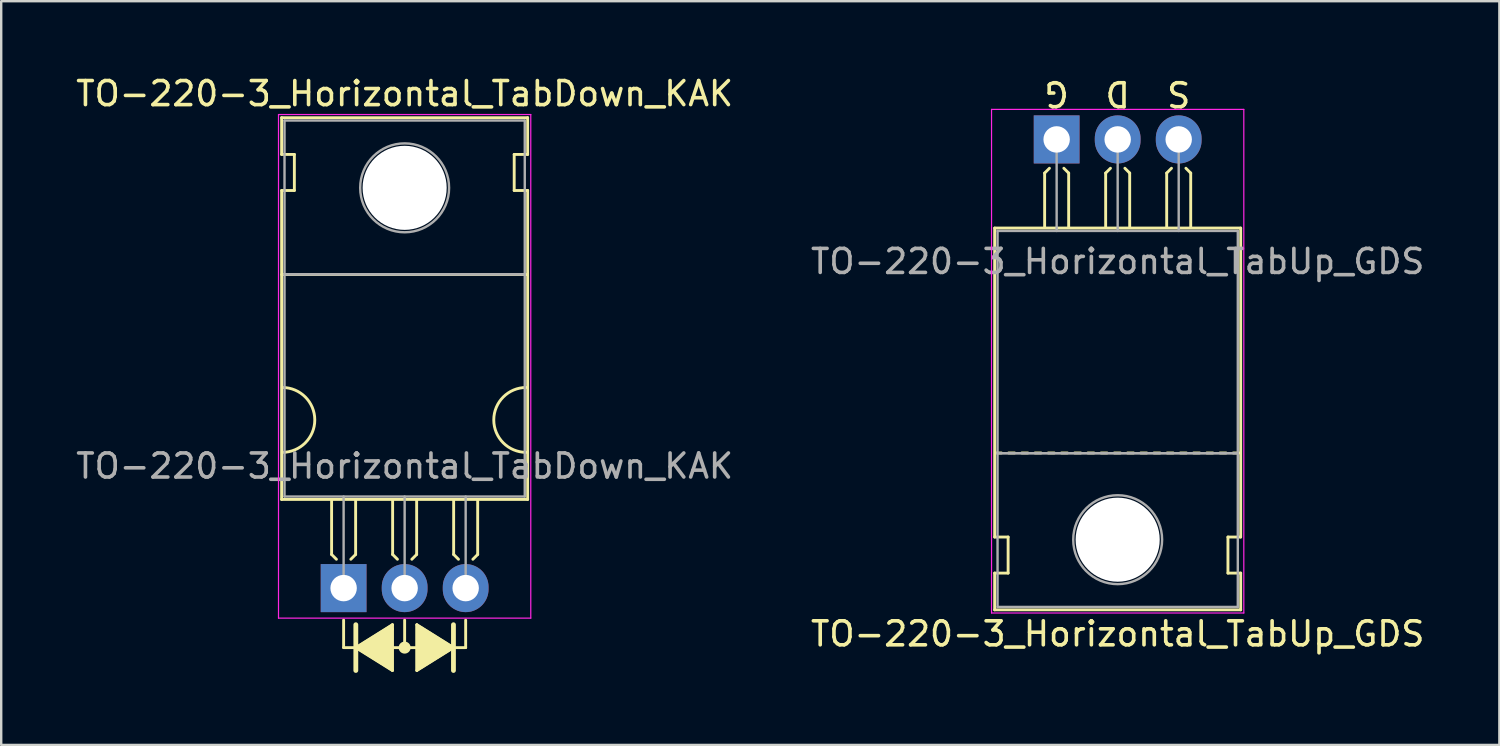
<source format=kicad_pcb>
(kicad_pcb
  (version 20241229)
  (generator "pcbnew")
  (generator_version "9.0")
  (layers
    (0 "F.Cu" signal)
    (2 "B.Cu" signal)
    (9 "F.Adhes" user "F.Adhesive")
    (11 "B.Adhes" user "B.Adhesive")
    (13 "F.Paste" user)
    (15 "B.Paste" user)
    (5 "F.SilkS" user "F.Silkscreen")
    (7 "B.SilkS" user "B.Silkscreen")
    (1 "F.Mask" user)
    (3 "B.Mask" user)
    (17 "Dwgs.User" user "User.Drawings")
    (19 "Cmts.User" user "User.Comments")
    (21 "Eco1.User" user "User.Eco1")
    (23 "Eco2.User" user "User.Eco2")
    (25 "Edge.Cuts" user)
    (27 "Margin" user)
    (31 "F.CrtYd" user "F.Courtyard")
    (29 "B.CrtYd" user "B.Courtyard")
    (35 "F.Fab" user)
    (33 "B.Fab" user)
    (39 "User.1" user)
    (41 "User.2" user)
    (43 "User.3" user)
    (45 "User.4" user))
  (footprint "TO-220-3_Horizontal_TabDown_KAK"
    (layer "F.Cu")
    (at 11.252 21.428)
    (property "Reference" "TO-220-3_Horizontal_TabDown_KAK" (at 2.54 -20.58 0) (layer "F.SilkS") (effects (font (size 1 1) (thickness 0.15))))
    (attr through_hole)
    (fp_line (start -2.58 -19.58) (end -2.58 -18.05) (stroke (width 0.12) (type solid)) (layer "F.SilkS"))
    (fp_line (start -2.58 -19.58) (end 7.66 -19.58) (stroke (width 0.12) (type solid)) (layer "F.SilkS"))
    (fp_line (start -2.58 -18.05) (end -2.05 -18.05) (stroke (width 0.12) (type solid)) (layer "F.SilkS"))
    (fp_line (start -2.58 -16.55) (end -2.58 -3.69) (stroke (width 0.12) (type solid)) (layer "F.SilkS"))
    (fp_line (start -2.58 -3.69) (end 7.66 -3.69) (stroke (width 0.12) (type solid)) (layer "F.SilkS"))
    (fp_line (start -2.575 -13.05) (end 7.65 -13.05) (stroke (width 0.12) (type solid)) (layer "F.SilkS"))
    (fp_line (start -2.05 -18.05) (end -2.05 -16.55) (stroke (width 0.12) (type solid)) (layer "F.SilkS"))
    (fp_line (start -2.05 -16.55) (end -2.575 -16.55) (stroke (width 0.12) (type solid)) (layer "F.SilkS"))
    (fp_line (start -0.5 -3.65) (end -0.5 -1.4) (stroke (width 0.12) (type solid)) (layer "F.SilkS"))
    (fp_line (start -0.5 -1.4) (end -0.3 -1.2) (stroke (width 0.12) (type solid)) (layer "F.SilkS"))
    (fp_line (start 0 1.333) (end 0 2.477) (stroke (width 0.12) (type solid)) (layer "F.SilkS"))
    (fp_line (start 0 2.477) (end 0.508 2.477) (stroke (width 0.12) (type solid)) (layer "F.SilkS"))
    (fp_line (start 0.5 -3.65) (end 0.5 -1.4) (stroke (width 0.12) (type solid)) (layer "F.SilkS"))
    (fp_line (start 0.5 -1.4) (end 0.3 -1.2) (stroke (width 0.12) (type solid)) (layer "F.SilkS"))
    (fp_line (start 0.508 1.524) (end 0.508 3.429) (stroke (width 0.2) (type solid)) (layer "F.SilkS"))
    (fp_line (start 0.508 2.477) (end 2.032 1.524) (stroke (width 0.12) (type solid)) (layer "F.SilkS"))
    (fp_line (start 0.508 2.477) (end 2.032 3.429) (stroke (width 0.12) (type solid)) (layer "F.SilkS"))
    (fp_line (start 2.032 1.714) (end 2.032 1.524) (stroke (width 0.12) (type solid)) (layer "F.SilkS"))
    (fp_line (start 2.032 3.429) (end 2.032 1.714) (stroke (width 0.12) (type solid)) (layer "F.SilkS"))
    (fp_line (start 2.04 -3.65) (end 2.04 -1.4) (stroke (width 0.12) (type solid)) (layer "F.SilkS"))
    (fp_line (start 2.04 -1.4) (end 2.24 -1.2) (stroke (width 0.12) (type solid)) (layer "F.SilkS"))
    (fp_line (start 2.54 1.333) (end 2.54 2.477) (stroke (width 0.12) (type solid)) (layer "F.SilkS"))
    (fp_line (start 2.54 2.477) (end 2.032 2.477) (stroke (width 0.12) (type solid)) (layer "F.SilkS"))
    (fp_line (start 2.54 2.477) (end 3.048 2.477) (stroke (width 0.12) (type solid)) (layer "F.SilkS"))
    (fp_line (start 3.04 -3.65) (end 3.04 -1.4) (stroke (width 0.12) (type solid)) (layer "F.SilkS"))
    (fp_line (start 3.04 -1.4) (end 2.84 -1.2) (stroke (width 0.12) (type solid)) (layer "F.SilkS"))
    (fp_line (start 3.048 1.524) (end 3.048 3.429) (stroke (width 0.12) (type solid)) (layer "F.SilkS"))
    (fp_line (start 3.048 3.429) (end 4.572 2.477) (stroke (width 0.12) (type solid)) (layer "F.SilkS"))
    (fp_line (start 4.572 2.477) (end 3.048 1.524) (stroke (width 0.12) (type solid)) (layer "F.SilkS"))
    (fp_line (start 4.572 3.429) (end 4.572 1.524) (stroke (width 0.2) (type solid)) (layer "F.SilkS"))
    (fp_line (start 4.58 -3.65) (end 4.58 -1.4) (stroke (width 0.12) (type solid)) (layer "F.SilkS"))
    (fp_line (start 4.58 -1.4) (end 4.78 -1.2) (stroke (width 0.12) (type solid)) (layer "F.SilkS"))
    (fp_line (start 5.08 1.333) (end 5.08 2.477) (stroke (width 0.12) (type solid)) (layer "F.SilkS"))
    (fp_line (start 5.08 2.477) (end 4.572 2.477) (stroke (width 0.12) (type solid)) (layer "F.SilkS"))
    (fp_line (start 5.58 -3.65) (end 5.58 -1.4) (stroke (width 0.12) (type solid)) (layer "F.SilkS"))
    (fp_line (start 5.58 -1.4) (end 5.38 -1.2) (stroke (width 0.12) (type solid)) (layer "F.SilkS"))
    (fp_line (start 7.1 -18.05) (end 7.66 -18.05) (stroke (width 0.12) (type solid)) (layer "F.SilkS"))
    (fp_line (start 7.1 -16.55) (end 7.1 -18.05) (stroke (width 0.12) (type solid)) (layer "F.SilkS"))
    (fp_line (start 7.66 -19.58) (end 7.66 -18.05) (stroke (width 0.12) (type solid)) (layer "F.SilkS"))
    (fp_line (start 7.66 -16.55) (end 7.1 -16.55) (stroke (width 0.12) (type solid)) (layer "F.SilkS"))
    (fp_line (start 7.66 -16.55) (end 7.66 -3.69) (stroke (width 0.12) (type solid)) (layer "F.SilkS"))
    (fp_arc (start -2.55 -8.35) (mid -1.2 -7) (end -2.55 -5.65) (stroke (width 0.12) (type solid)) (layer "F.SilkS"))
    (fp_arc (start 7.6 -5.65) (mid 6.25 -7) (end 7.6 -8.35) (stroke (width 0.12) (type solid)) (layer "F.SilkS"))
    (fp_circle (center 2.54 2.477) (end 2.54 2.54) (stroke (width 0.12) (type solid)) (fill no) (layer "F.SilkS"))
    (fp_circle (center 2.54 2.477) (end 2.54 2.603) (stroke (width 0.12) (type solid)) (fill no) (layer "F.SilkS"))
    (fp_circle (center 2.54 2.477) (end 2.54 2.667) (stroke (width 0.12) (type solid)) (fill no) (layer "F.SilkS"))
    (fp_poly (pts (xy 0.508 2.477) (xy 2.032 1.524) (xy 2.032 3.429)) (stroke (width 0.1) (type solid)) (fill yes) (layer "F.SilkS"))
    (fp_poly (pts (xy 3.048 1.524) (xy 4.572 2.477) (xy 3.048 3.429)) (stroke (width 0.1) (type solid)) (fill yes) (layer "F.SilkS"))
    (fp_line (start -2.71 -19.71) (end -2.71 1.25) (stroke (width 0.05) (type solid)) (layer "F.CrtYd"))
    (fp_line (start -2.71 1.25) (end 7.79 1.25) (stroke (width 0.05) (type solid)) (layer "F.CrtYd"))
    (fp_line (start 7.79 -19.71) (end -2.71 -19.71) (stroke (width 0.05) (type solid)) (layer "F.CrtYd"))
    (fp_line (start 7.79 1.25) (end 7.79 -19.71) (stroke (width 0.05) (type solid)) (layer "F.CrtYd"))
    (fp_line (start -2.46 -19.46) (end 7.54 -19.46) (stroke (width 0.1) (type solid)) (layer "F.Fab"))
    (fp_line (start -2.46 -13.06) (end -2.46 -19.46) (stroke (width 0.1) (type solid)) (layer "F.Fab"))
    (fp_line (start -2.46 -13.06) (end 7.54 -13.06) (stroke (width 0.1) (type solid)) (layer "F.Fab"))
    (fp_line (start -2.46 -3.81) (end -2.46 -13.06) (stroke (width 0.1) (type solid)) (layer "F.Fab"))
    (fp_line (start 0 -3.81) (end 0 0) (stroke (width 0.1) (type solid)) (layer "F.Fab"))
    (fp_line (start 2.54 -3.81) (end 2.54 0) (stroke (width 0.1) (type solid)) (layer "F.Fab"))
    (fp_line (start 5.08 -3.81) (end 5.08 0) (stroke (width 0.1) (type solid)) (layer "F.Fab"))
    (fp_line (start 7.54 -19.46) (end 7.54 -13.06) (stroke (width 0.1) (type solid)) (layer "F.Fab"))
    (fp_line (start 7.54 -13.06) (end -2.46 -13.06) (stroke (width 0.1) (type solid)) (layer "F.Fab"))
    (fp_line (start 7.54 -13.06) (end 7.54 -3.81) (stroke (width 0.1) (type solid)) (layer "F.Fab"))
    (fp_line (start 7.54 -3.81) (end -2.46 -3.81) (stroke (width 0.1) (type solid)) (layer "F.Fab"))
    (fp_circle (center 2.54 -16.66) (end 4.39 -16.66) (stroke (width 0.1) (type solid)) (fill no) (layer "F.Fab"))
    (fp_text user "${REFERENCE}" (at 2.54 -5.08 0) (layer "F.Fab") (effects (font (size 1 1) (thickness 0.15))))
    (pad "" np_thru_hole oval (at 2.54 -16.66) (size 3.5 3.5) (drill 3.5) (layers "*.Cu" "*.Mask"))
    (pad "1" thru_hole rect (at 0 0) (size 1.905 2) (drill 1.1) (layers "*.Cu" "*.Mask"))
    (pad "2" thru_hole oval (at 2.54 0) (size 1.905 2) (drill 1.1) (layers "*.Cu" "*.Mask"))
    (pad "3" thru_hole oval (at 5.08 0) (size 1.905 2) (drill 1.1) (layers "*.Cu" "*.Mask")))
  (footprint "TO-220-3_Horizontal_TabUp_GDS"
    (layer "F.Cu")
    (at 40.93 2.753)
    (property "Reference" "TO-220-3_Horizontal_TabUp_GDS" (at 2.54 20.58 0) (layer "F.SilkS") (effects (font (size 1 1) (thickness 0.15))))
    (fp_line (start -2.58 16.55) (end -2.58 3.69) (stroke (width 0.12) (type solid)) (layer "F.SilkS"))
    (fp_line (start -2.58 16.55) (end -2.02 16.55) (stroke (width 0.12) (type solid)) (layer "F.SilkS"))
    (fp_line (start -2.58 19.58) (end -2.58 18.05) (stroke (width 0.12) (type solid)) (layer "F.SilkS"))
    (fp_line (start -2.3 13.05) (end -2.55 13.05) (stroke (width 0.12) (type solid)) (layer "F.SilkS"))
    (fp_line (start -2.02 16.55) (end -2.02 18.05) (stroke (width 0.12) (type solid)) (layer "F.SilkS"))
    (fp_line (start -2.02 18.05) (end -2.58 18.05) (stroke (width 0.12) (type solid)) (layer "F.SilkS"))
    (fp_line (start -1.75 13.05) (end -2 13.05) (stroke (width 0.12) (type solid)) (layer "F.SilkS"))
    (fp_line (start -1.2 13.05) (end -1.45 13.05) (stroke (width 0.12) (type solid)) (layer "F.SilkS"))
    (fp_line (start -0.65 13.05) (end -0.9 13.05) (stroke (width 0.12) (type solid)) (layer "F.SilkS"))
    (fp_line (start -0.5 1.4) (end -0.3 1.2) (stroke (width 0.12) (type solid)) (layer "F.SilkS"))
    (fp_line (start -0.5 3.65) (end -0.5 1.4) (stroke (width 0.12) (type solid)) (layer "F.SilkS"))
    (fp_line (start -0.1 13.05) (end -0.35 13.05) (stroke (width 0.12) (type solid)) (layer "F.SilkS"))
    (fp_line (start 0.45 13.05) (end 0.2 13.05) (stroke (width 0.12) (type solid)) (layer "F.SilkS"))
    (fp_line (start 0.5 1.4) (end 0.3 1.2) (stroke (width 0.12) (type solid)) (layer "F.SilkS"))
    (fp_line (start 0.5 3.65) (end 0.5 1.4) (stroke (width 0.12) (type solid)) (layer "F.SilkS"))
    (fp_line (start 1 13.05) (end 0.75 13.05) (stroke (width 0.12) (type solid)) (layer "F.SilkS"))
    (fp_line (start 1.55 13.05) (end 1.3 13.05) (stroke (width 0.12) (type solid)) (layer "F.SilkS"))
    (fp_line (start 2.04 1.4) (end 2.24 1.2) (stroke (width 0.12) (type solid)) (layer "F.SilkS"))
    (fp_line (start 2.04 3.65) (end 2.04 1.4) (stroke (width 0.12) (type solid)) (layer "F.SilkS"))
    (fp_line (start 2.1 13.05) (end 1.85 13.05) (stroke (width 0.12) (type solid)) (layer "F.SilkS"))
    (fp_line (start 2.65 13.05) (end 2.4 13.05) (stroke (width 0.12) (type solid)) (layer "F.SilkS"))
    (fp_line (start 3.04 1.4) (end 2.84 1.2) (stroke (width 0.12) (type solid)) (layer "F.SilkS"))
    (fp_line (start 3.04 3.65) (end 3.04 1.4) (stroke (width 0.12) (type solid)) (layer "F.SilkS"))
    (fp_line (start 3.2 13.05) (end 2.95 13.05) (stroke (width 0.12) (type solid)) (layer "F.SilkS"))
    (fp_line (start 3.75 13.05) (end 3.5 13.05) (stroke (width 0.12) (type solid)) (layer "F.SilkS"))
    (fp_line (start 4.3 13.05) (end 4.05 13.05) (stroke (width 0.12) (type solid)) (layer "F.SilkS"))
    (fp_line (start 4.58 1.4) (end 4.78 1.2) (stroke (width 0.12) (type solid)) (layer "F.SilkS"))
    (fp_line (start 4.58 3.65) (end 4.58 1.4) (stroke (width 0.12) (type solid)) (layer "F.SilkS"))
    (fp_line (start 4.85 13.05) (end 4.6 13.05) (stroke (width 0.12) (type solid)) (layer "F.SilkS"))
    (fp_line (start 5.4 13.05) (end 5.15 13.05) (stroke (width 0.12) (type solid)) (layer "F.SilkS"))
    (fp_line (start 5.58 1.4) (end 5.38 1.2) (stroke (width 0.12) (type solid)) (layer "F.SilkS"))
    (fp_line (start 5.58 3.65) (end 5.58 1.4) (stroke (width 0.12) (type solid)) (layer "F.SilkS"))
    (fp_line (start 5.95 13.05) (end 5.7 13.05) (stroke (width 0.12) (type solid)) (layer "F.SilkS"))
    (fp_line (start 6.5 13.05) (end 6.25 13.05) (stroke (width 0.12) (type solid)) (layer "F.SilkS"))
    (fp_line (start 7.05 13.05) (end 6.8 13.05) (stroke (width 0.12) (type solid)) (layer "F.SilkS"))
    (fp_line (start 7.13 16.55) (end 7.655 16.55) (stroke (width 0.12) (type solid)) (layer "F.SilkS"))
    (fp_line (start 7.13 18.05) (end 7.13 16.55) (stroke (width 0.12) (type solid)) (layer "F.SilkS"))
    (fp_line (start 7.6 13.05) (end 7.35 13.05) (stroke (width 0.12) (type solid)) (layer "F.SilkS"))
    (fp_line (start 7.66 3.69) (end -2.58 3.69) (stroke (width 0.12) (type solid)) (layer "F.SilkS"))
    (fp_line (start 7.66 16.55) (end 7.66 3.69) (stroke (width 0.12) (type solid)) (layer "F.SilkS"))
    (fp_line (start 7.66 18.05) (end 7.13 18.05) (stroke (width 0.12) (type solid)) (layer "F.SilkS"))
    (fp_line (start 7.66 19.58) (end -2.58 19.58) (stroke (width 0.12) (type solid)) (layer "F.SilkS"))
    (fp_line (start 7.66 19.58) (end 7.66 18.05) (stroke (width 0.12) (type solid)) (layer "F.SilkS"))
    (fp_line (start -2.71 -1.25) (end -2.71 19.71) (stroke (width 0.05) (type solid)) (layer "F.CrtYd"))
    (fp_line (start -2.71 19.71) (end 7.79 19.71) (stroke (width 0.05) (type solid)) (layer "F.CrtYd"))
    (fp_line (start 7.79 -1.25) (end -2.71 -1.25) (stroke (width 0.05) (type solid)) (layer "F.CrtYd"))
    (fp_line (start 7.79 19.71) (end 7.79 -1.25) (stroke (width 0.05) (type solid)) (layer "F.CrtYd"))
    (fp_line (start -2.46 3.81) (end -2.46 13.06) (stroke (width 0.1) (type solid)) (layer "F.Fab"))
    (fp_line (start -2.46 13.06) (end -2.46 19.46) (stroke (width 0.1) (type solid)) (layer "F.Fab"))
    (fp_line (start -2.46 13.06) (end 7.54 13.06) (stroke (width 0.1) (type solid)) (layer "F.Fab"))
    (fp_line (start -2.46 19.46) (end 7.54 19.46) (stroke (width 0.1) (type solid)) (layer "F.Fab"))
    (fp_line (start 0 3.81) (end 0 0) (stroke (width 0.1) (type solid)) (layer "F.Fab"))
    (fp_line (start 2.54 3.81) (end 2.54 0) (stroke (width 0.1) (type solid)) (layer "F.Fab"))
    (fp_line (start 5.08 3.81) (end 5.08 0) (stroke (width 0.1) (type solid)) (layer "F.Fab"))
    (fp_line (start 7.54 3.81) (end -2.46 3.81) (stroke (width 0.1) (type solid)) (layer "F.Fab"))
    (fp_line (start 7.54 13.06) (end -2.46 13.06) (stroke (width 0.1) (type solid)) (layer "F.Fab"))
    (fp_line (start 7.54 13.06) (end 7.54 3.81) (stroke (width 0.1) (type solid)) (layer "F.Fab"))
    (fp_line (start 7.54 19.46) (end 7.54 13.06) (stroke (width 0.1) (type solid)) (layer "F.Fab"))
    (fp_circle (center 2.54 16.66) (end 4.39 16.66) (stroke (width 0.1) (type solid)) (fill no) (layer "F.Fab"))
    (fp_text user "D" (at 2.54 -1.905 180) (unlocked yes) (layer "F.SilkS") (effects (font (size 1 1) (thickness 0.15))))
    (fp_text user "G" (at 0 -1.905 180) (unlocked yes) (layer "F.SilkS") (effects (font (size 1 1) (thickness 0.15))))
    (fp_text user "S" (at 5.08 -1.905 180) (unlocked yes) (layer "F.SilkS") (effects (font (size 1 1) (thickness 0.15))))
    (fp_text user "${REFERENCE}" (at 2.54 5.08 0) (layer "F.Fab") (effects (font (size 1 1) (thickness 0.15))))
    (pad "" np_thru_hole oval (at 2.54 16.66) (size 3.5 3.5) (drill 3.5) (layers "*.Cu" "*.Mask"))
    (pad "1" thru_hole rect (at 0 0) (size 1.905 2) (drill 1.1) (layers "*.Cu" "*.Mask"))
    (pad "2" thru_hole oval (at 2.54 0) (size 1.905 2) (drill 1.1) (layers "*.Cu" "*.Mask"))
    (pad "3" thru_hole oval (at 5.08 0) (size 1.905 2) (drill 1.1) (layers "*.Cu" "*.Mask")))
  (gr_rect
    (start -3 -3)
    (end 59.357 27.957)
    (stroke (width 0.1) (type default))
    (fill no)
    (layer "Edge.Cuts")))
</source>
